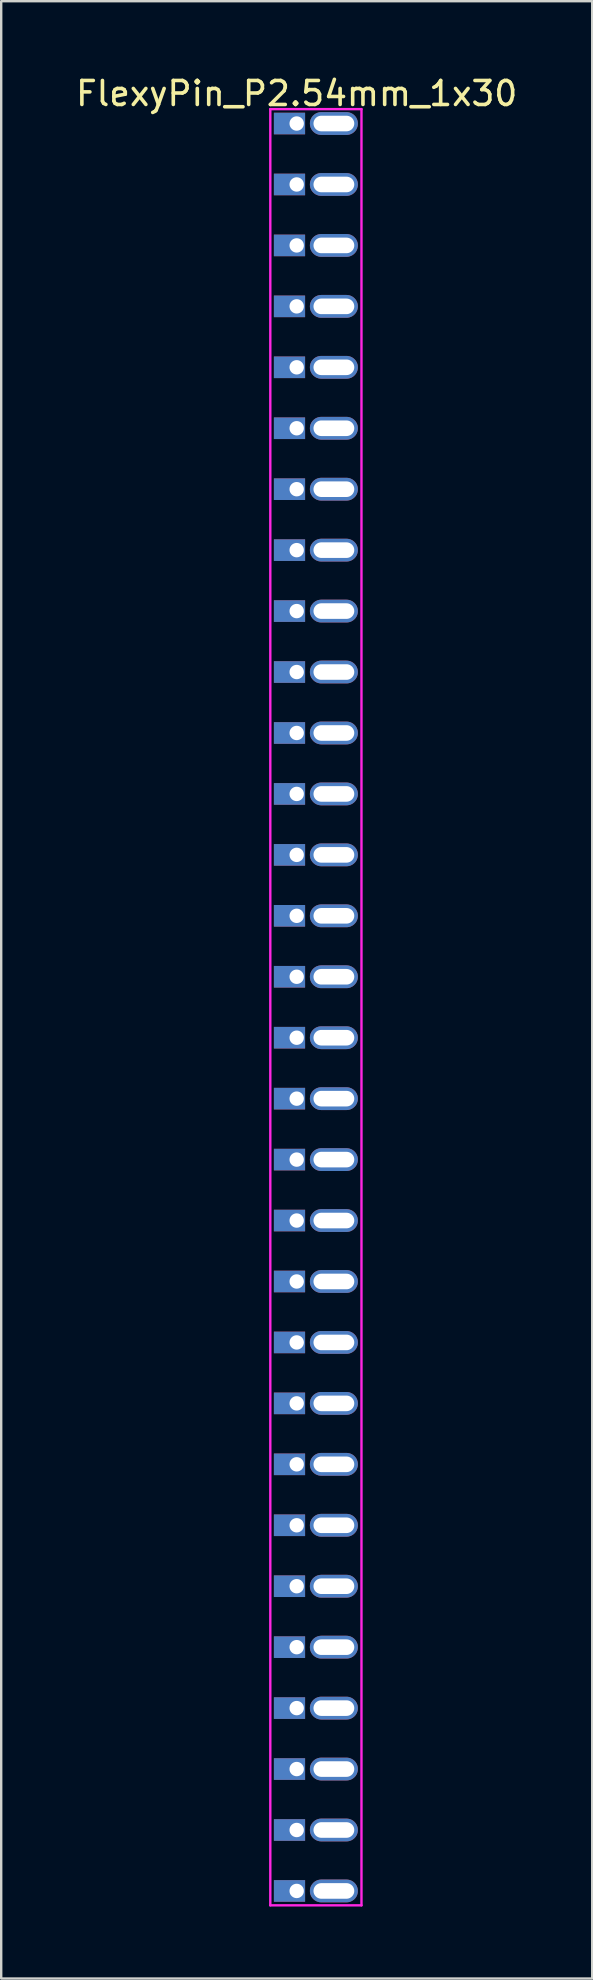
<source format=kicad_pcb>
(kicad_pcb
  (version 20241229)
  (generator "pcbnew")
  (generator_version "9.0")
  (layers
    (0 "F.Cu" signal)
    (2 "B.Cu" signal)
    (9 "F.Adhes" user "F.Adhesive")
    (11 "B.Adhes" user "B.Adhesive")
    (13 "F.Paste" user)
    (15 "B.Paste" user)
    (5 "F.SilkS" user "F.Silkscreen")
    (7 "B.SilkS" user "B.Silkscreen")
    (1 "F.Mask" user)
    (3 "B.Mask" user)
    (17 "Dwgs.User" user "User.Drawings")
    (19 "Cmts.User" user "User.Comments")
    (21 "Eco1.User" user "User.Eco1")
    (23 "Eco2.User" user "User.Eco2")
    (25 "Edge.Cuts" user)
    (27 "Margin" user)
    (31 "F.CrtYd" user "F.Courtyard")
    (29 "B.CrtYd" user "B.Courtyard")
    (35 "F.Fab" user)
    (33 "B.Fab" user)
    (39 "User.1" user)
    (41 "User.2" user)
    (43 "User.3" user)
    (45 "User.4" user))
  (footprint "FlexyPin_P2.54mm_1x30"
    (layer "F.Cu")
    (at 9.315 2.098)
    (property "Reference" "FlexyPin_P2.54mm_1x30" (at 0 -1.25 0) (layer "F.SilkS") (effects (font (size 1 1) (thickness 0.15))))
    (attr through_hole)
    (fp_line (start -1.1 -0.6) (end 2.7 -0.6) (stroke (width 0.1) (type solid)) (layer "F.CrtYd"))
    (fp_line (start -1.1 74.26) (end -1.1 -0.6) (stroke (width 0.1) (type solid)) (layer "F.CrtYd"))
    (fp_line (start 2.7 -0.6) (end 2.7 74.26) (stroke (width 0.1) (type solid)) (layer "F.CrtYd"))
    (fp_line (start 2.7 74.26) (end -1.1 74.26) (stroke (width 0.1) (type solid)) (layer "F.CrtYd"))
    (pad "" thru_hole oval (at 1.55 0) (size 2 0.95) (drill oval 1.7 0.65) (layers "*.Cu" "*.Mask"))
    (pad "" thru_hole oval (at 1.55 2.54) (size 2 0.95) (drill oval 1.7 0.65) (layers "*.Cu" "*.Mask"))
    (pad "" thru_hole oval (at 1.55 5.08) (size 2 0.95) (drill oval 1.7 0.65) (layers "*.Cu" "*.Mask"))
    (pad "" thru_hole oval (at 1.55 7.62) (size 2 0.95) (drill oval 1.7 0.65) (layers "*.Cu" "*.Mask"))
    (pad "" thru_hole oval (at 1.55 10.16) (size 2 0.95) (drill oval 1.7 0.65) (layers "*.Cu" "*.Mask"))
    (pad "" thru_hole oval (at 1.55 12.7) (size 2 0.95) (drill oval 1.7 0.65) (layers "*.Cu" "*.Mask"))
    (pad "" thru_hole oval (at 1.55 15.24) (size 2 0.95) (drill oval 1.7 0.65) (layers "*.Cu" "*.Mask"))
    (pad "" thru_hole oval (at 1.55 17.78) (size 2 0.95) (drill oval 1.7 0.65) (layers "*.Cu" "*.Mask"))
    (pad "" thru_hole oval (at 1.55 20.32) (size 2 0.95) (drill oval 1.7 0.65) (layers "*.Cu" "*.Mask"))
    (pad "" thru_hole oval (at 1.55 22.86) (size 2 0.95) (drill oval 1.7 0.65) (layers "*.Cu" "*.Mask"))
    (pad "" thru_hole oval (at 1.55 25.4) (size 2 0.95) (drill oval 1.7 0.65) (layers "*.Cu" "*.Mask"))
    (pad "" thru_hole oval (at 1.55 27.94) (size 2 0.95) (drill oval 1.7 0.65) (layers "*.Cu" "*.Mask"))
    (pad "" thru_hole oval (at 1.55 30.48) (size 2 0.95) (drill oval 1.7 0.65) (layers "*.Cu" "*.Mask"))
    (pad "" thru_hole oval (at 1.55 33.02) (size 2 0.95) (drill oval 1.7 0.65) (layers "*.Cu" "*.Mask"))
    (pad "" thru_hole oval (at 1.55 35.56) (size 2 0.95) (drill oval 1.7 0.65) (layers "*.Cu" "*.Mask"))
    (pad "" thru_hole oval (at 1.55 38.1) (size 2 0.95) (drill oval 1.7 0.65) (layers "*.Cu" "*.Mask"))
    (pad "" thru_hole oval (at 1.55 40.64) (size 2 0.95) (drill oval 1.7 0.65) (layers "*.Cu" "*.Mask"))
    (pad "" thru_hole oval (at 1.55 43.18) (size 2 0.95) (drill oval 1.7 0.65) (layers "*.Cu" "*.Mask"))
    (pad "" thru_hole oval (at 1.55 45.72) (size 2 0.95) (drill oval 1.7 0.65) (layers "*.Cu" "*.Mask"))
    (pad "" thru_hole oval (at 1.55 48.26) (size 2 0.95) (drill oval 1.7 0.65) (layers "*.Cu" "*.Mask"))
    (pad "" thru_hole oval (at 1.55 50.8) (size 2 0.95) (drill oval 1.7 0.65) (layers "*.Cu" "*.Mask"))
    (pad "" thru_hole oval (at 1.55 53.34) (size 2 0.95) (drill oval 1.7 0.65) (layers "*.Cu" "*.Mask"))
    (pad "" thru_hole oval (at 1.55 55.88) (size 2 0.95) (drill oval 1.7 0.65) (layers "*.Cu" "*.Mask"))
    (pad "" thru_hole oval (at 1.55 58.42) (size 2 0.95) (drill oval 1.7 0.65) (layers "*.Cu" "*.Mask"))
    (pad "" thru_hole oval (at 1.55 60.96) (size 2 0.95) (drill oval 1.7 0.65) (layers "*.Cu" "*.Mask"))
    (pad "" thru_hole oval (at 1.55 63.5) (size 2 0.95) (drill oval 1.7 0.65) (layers "*.Cu" "*.Mask"))
    (pad "" thru_hole oval (at 1.55 66.04) (size 2 0.95) (drill oval 1.7 0.65) (layers "*.Cu" "*.Mask"))
    (pad "" thru_hole oval (at 1.55 68.58) (size 2 0.95) (drill oval 1.7 0.65) (layers "*.Cu" "*.Mask"))
    (pad "" thru_hole oval (at 1.55 71.12) (size 2 0.95) (drill oval 1.7 0.65) (layers "*.Cu" "*.Mask"))
    (pad "" thru_hole oval (at 1.55 73.66) (size 2 0.95) (drill oval 1.7 0.65) (layers "*.Cu" "*.Mask"))
    (pad "1" thru_hole rect (at 0 0) (size 1.3 0.9) (drill 0.6 (offset -0.3 0)) (layers "*.Cu" "*.Mask"))
    (pad "2" thru_hole rect (at 0 2.54) (size 1.3 0.9) (drill 0.6 (offset -0.3 0)) (layers "*.Cu" "*.Mask"))
    (pad "3" thru_hole rect (at 0 5.08) (size 1.3 0.9) (drill 0.6 (offset -0.3 0)) (layers "*.Cu" "*.Mask"))
    (pad "4" thru_hole rect (at 0 7.62) (size 1.3 0.9) (drill 0.6 (offset -0.3 0)) (layers "*.Cu" "*.Mask"))
    (pad "5" thru_hole rect (at 0 10.16) (size 1.3 0.9) (drill 0.6 (offset -0.3 0)) (layers "*.Cu" "*.Mask"))
    (pad "6" thru_hole rect (at 0 12.7) (size 1.3 0.9) (drill 0.6 (offset -0.3 0)) (layers "*.Cu" "*.Mask"))
    (pad "7" thru_hole rect (at 0 15.24) (size 1.3 0.9) (drill 0.6 (offset -0.3 0)) (layers "*.Cu" "*.Mask"))
    (pad "8" thru_hole rect (at 0 17.78) (size 1.3 0.9) (drill 0.6 (offset -0.3 0)) (layers "*.Cu" "*.Mask"))
    (pad "9" thru_hole rect (at 0 20.32) (size 1.3 0.9) (drill 0.6 (offset -0.3 0)) (layers "*.Cu" "*.Mask"))
    (pad "10" thru_hole rect (at 0 22.86) (size 1.3 0.9) (drill 0.6 (offset -0.3 0)) (layers "*.Cu" "*.Mask"))
    (pad "11" thru_hole rect (at 0 25.4) (size 1.3 0.9) (drill 0.6 (offset -0.3 0)) (layers "*.Cu" "*.Mask"))
    (pad "12" thru_hole rect (at 0 27.94) (size 1.3 0.9) (drill 0.6 (offset -0.3 0)) (layers "*.Cu" "*.Mask"))
    (pad "13" thru_hole rect (at 0 30.48) (size 1.3 0.9) (drill 0.6 (offset -0.3 0)) (layers "*.Cu" "*.Mask"))
    (pad "14" thru_hole rect (at 0 33.02) (size 1.3 0.9) (drill 0.6 (offset -0.3 0)) (layers "*.Cu" "*.Mask"))
    (pad "15" thru_hole rect (at 0 35.56) (size 1.3 0.9) (drill 0.6 (offset -0.3 0)) (layers "*.Cu" "*.Mask"))
    (pad "16" thru_hole rect (at 0 38.1) (size 1.3 0.9) (drill 0.6 (offset -0.3 0)) (layers "*.Cu" "*.Mask"))
    (pad "17" thru_hole rect (at 0 40.64) (size 1.3 0.9) (drill 0.6 (offset -0.3 0)) (layers "*.Cu" "*.Mask"))
    (pad "18" thru_hole rect (at 0 43.18) (size 1.3 0.9) (drill 0.6 (offset -0.3 0)) (layers "*.Cu" "*.Mask"))
    (pad "19" thru_hole rect (at 0 45.72) (size 1.3 0.9) (drill 0.6 (offset -0.3 0)) (layers "*.Cu" "*.Mask"))
    (pad "20" thru_hole rect (at 0 48.26) (size 1.3 0.9) (drill 0.6 (offset -0.3 0)) (layers "*.Cu" "*.Mask"))
    (pad "21" thru_hole rect (at 0 50.8) (size 1.3 0.9) (drill 0.6 (offset -0.3 0)) (layers "*.Cu" "*.Mask"))
    (pad "22" thru_hole rect (at 0 53.34) (size 1.3 0.9) (drill 0.6 (offset -0.3 0)) (layers "*.Cu" "*.Mask"))
    (pad "23" thru_hole rect (at 0 55.88) (size 1.3 0.9) (drill 0.6 (offset -0.3 0)) (layers "*.Cu" "*.Mask"))
    (pad "24" thru_hole rect (at 0 58.42) (size 1.3 0.9) (drill 0.6 (offset -0.3 0)) (layers "*.Cu" "*.Mask"))
    (pad "25" thru_hole rect (at 0 60.96) (size 1.3 0.9) (drill 0.6 (offset -0.3 0)) (layers "*.Cu" "*.Mask"))
    (pad "26" thru_hole rect (at 0 63.5) (size 1.3 0.9) (drill 0.6 (offset -0.3 0)) (layers "*.Cu" "*.Mask"))
    (pad "27" thru_hole rect (at 0 66.04) (size 1.3 0.9) (drill 0.6 (offset -0.3 0)) (layers "*.Cu" "*.Mask"))
    (pad "28" thru_hole rect (at 0 68.58) (size 1.3 0.9) (drill 0.6 (offset -0.3 0)) (layers "*.Cu" "*.Mask"))
    (pad "29" thru_hole rect (at 0 71.12) (size 1.3 0.9) (drill 0.6 (offset -0.3 0)) (layers "*.Cu" "*.Mask"))
    (pad "30" thru_hole rect (at 0 73.66) (size 1.3 0.9) (drill 0.6 (offset -0.3 0)) (layers "*.Cu" "*.Mask")))
  (gr_rect
    (start -3 -3)
    (end 21.631 79.408)
    (stroke (width 0.1) (type default))
    (fill no)
    (layer "Edge.Cuts")))
</source>
